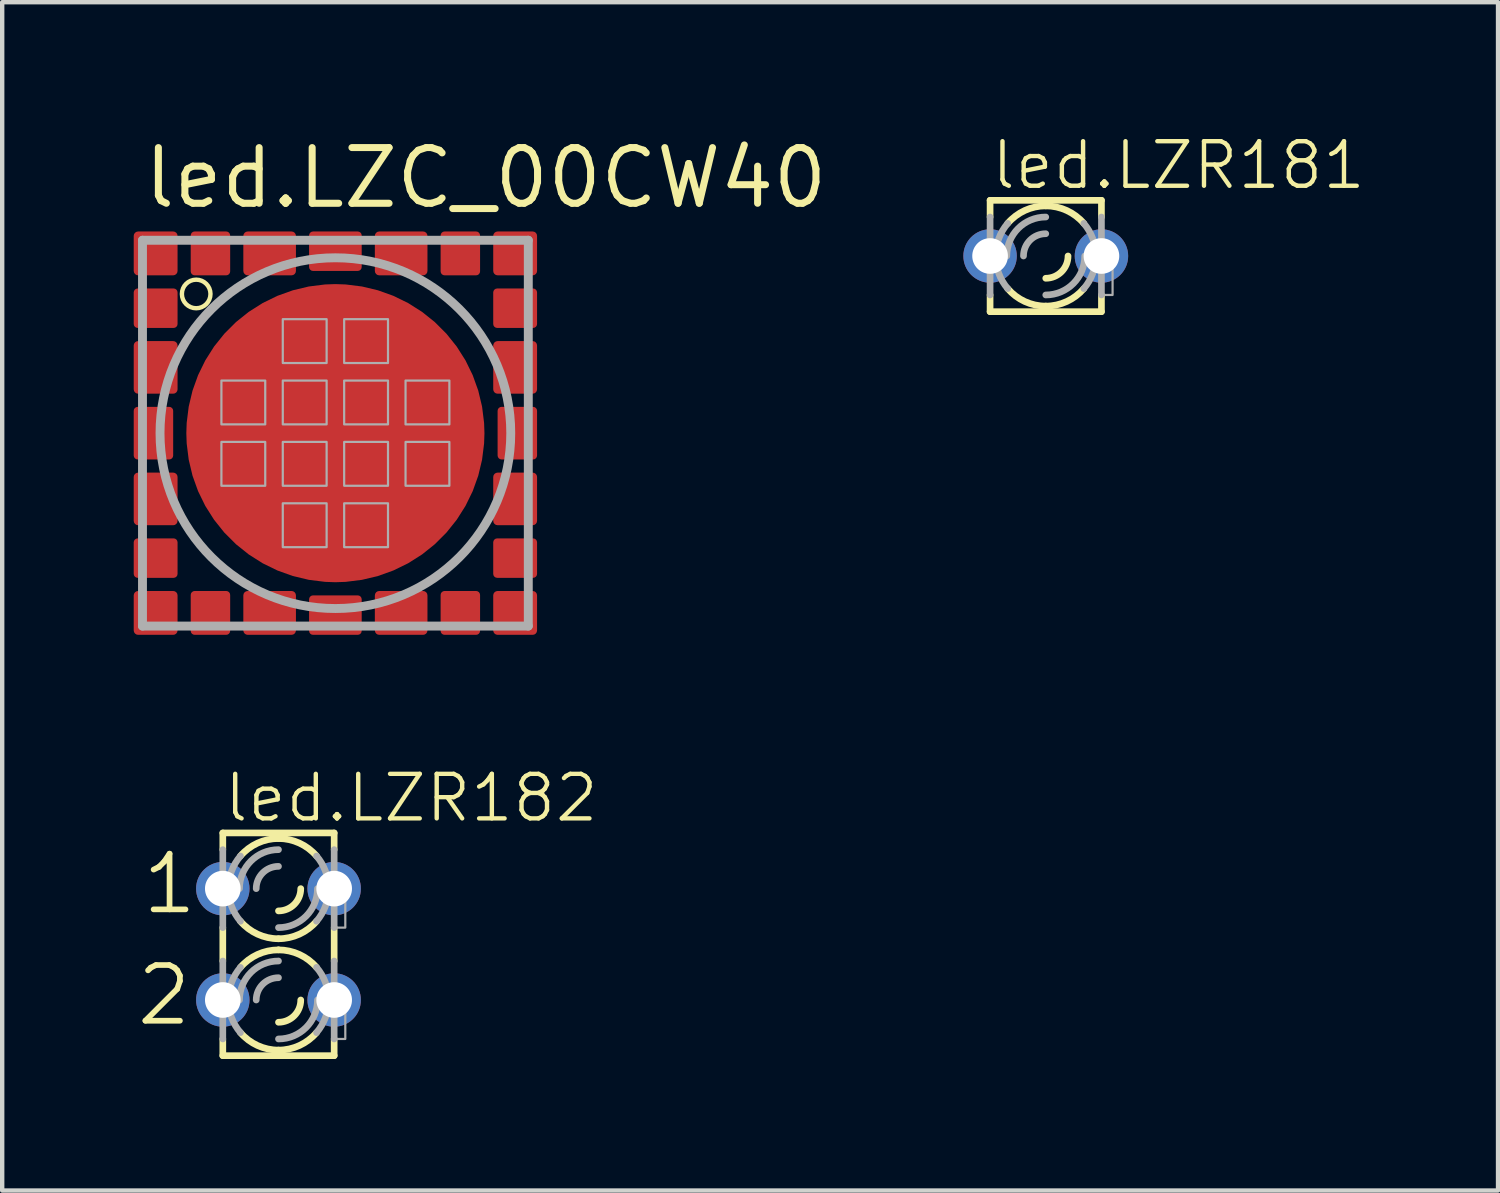
<source format=kicad_pcb>
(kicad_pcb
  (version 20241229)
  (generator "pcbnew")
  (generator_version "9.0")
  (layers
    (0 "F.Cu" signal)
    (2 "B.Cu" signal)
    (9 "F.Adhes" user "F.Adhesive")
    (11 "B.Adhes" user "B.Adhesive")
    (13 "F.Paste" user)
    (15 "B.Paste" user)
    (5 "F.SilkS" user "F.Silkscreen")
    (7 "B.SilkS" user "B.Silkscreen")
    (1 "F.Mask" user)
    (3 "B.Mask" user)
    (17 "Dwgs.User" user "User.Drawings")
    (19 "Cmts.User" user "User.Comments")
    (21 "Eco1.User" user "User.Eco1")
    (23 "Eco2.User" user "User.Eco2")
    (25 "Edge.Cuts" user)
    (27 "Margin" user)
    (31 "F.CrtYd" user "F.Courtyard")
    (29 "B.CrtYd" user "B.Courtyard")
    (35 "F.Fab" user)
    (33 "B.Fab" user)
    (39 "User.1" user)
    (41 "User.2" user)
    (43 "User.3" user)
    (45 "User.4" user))
  (footprint "led.LZR182"
    (layer "F.Cu")
    (at 3.302 18.489)
    (property "Reference" "led.LZR182" (at -1.295 -2.743 0) (layer "F.SilkS") (effects (font (size 1.016 1.016) (thickness 0.1)) (justify left bottom)))
    (attr through_hole)
    (fp_line (start -1.27 -2.54) (end -1.27 -2.159) (stroke (width 0.152) (type default)) (layer "F.SilkS"))
    (fp_line (start -1.27 -2.54) (end 1.27 -2.54) (stroke (width 0.152) (type default)) (layer "F.SilkS"))
    (fp_line (start -1.27 -0.381) (end -1.27 0.381) (stroke (width 0.152) (type default)) (layer "F.SilkS"))
    (fp_line (start -1.27 2.54) (end -1.27 2.159) (stroke (width 0.152) (type default)) (layer "F.SilkS"))
    (fp_line (start -1.27 2.54) (end 1.27 2.54) (stroke (width 0.152) (type default)) (layer "F.SilkS"))
    (fp_line (start 1.27 -2.54) (end 1.27 -2.159) (stroke (width 0.152) (type default)) (layer "F.SilkS"))
    (fp_line (start 1.27 -0.381) (end 1.27 0.381) (stroke (width 0.152) (type default)) (layer "F.SilkS"))
    (fp_line (start 1.27 2.54) (end 1.27 2.159) (stroke (width 0.152) (type default)) (layer "F.SilkS"))
    (fp_arc (start -0.8678 -2.0139) (mid -0.477588 -2.308445) (end 0 -2.413) (stroke (width 0.1524) (type default)) (layer "F.SilkS"))
    (fp_arc (start -0.8678 0.5261) (mid -0.477588 0.231555) (end 0 0.127) (stroke (width 0.1524) (type default)) (layer "F.SilkS"))
    (fp_arc (start 0 -2.413) (mid 0.477588 -2.308445) (end 0.8678 -2.0139) (stroke (width 0.1524) (type default)) (layer "F.SilkS"))
    (fp_arc (start 0 -0.127) (mid -0.477588 -0.231555) (end -0.8678 -0.5261) (stroke (width 0.1524) (type default)) (layer "F.SilkS"))
    (fp_arc (start 0 0.127) (mid 0.477588 0.231555) (end 0.8678 0.5261) (stroke (width 0.1524) (type default)) (layer "F.SilkS"))
    (fp_arc (start 0 2.413) (mid -0.477588 2.308445) (end -0.8678 2.0139) (stroke (width 0.1524) (type default)) (layer "F.SilkS"))
    (fp_arc (start 0.508 -1.27) (mid 0.35921 -0.91079) (end 0 -0.762) (stroke (width 0.1524) (type default)) (layer "F.SilkS"))
    (fp_arc (start 0.508 1.27) (mid 0.35921 1.62921) (end 0 1.778) (stroke (width 0.1524) (type default)) (layer "F.SilkS"))
    (fp_arc (start 0.8678 -0.5261) (mid 0.477588 -0.231555) (end 0 -0.127) (stroke (width 0.1524) (type default)) (layer "F.SilkS"))
    (fp_arc (start 0.8678 2.0139) (mid 0.477588 2.308445) (end 0 2.413) (stroke (width 0.1524) (type default)) (layer "F.SilkS"))
    (fp_line (start -1.27 -0.381) (end -1.27 -2.159) (stroke (width 0.152) (type default)) (layer "F.Fab"))
    (fp_line (start -1.27 2.159) (end -1.27 0.381) (stroke (width 0.152) (type default)) (layer "F.Fab"))
    (fp_line (start 1.27 -2.159) (end 1.27 -0.381) (stroke (width 0.152) (type default)) (layer "F.Fab"))
    (fp_line (start 1.27 0.381) (end 1.27 2.159) (stroke (width 0.152) (type default)) (layer "F.Fab"))
    (fp_rect (start -1.524 -1.016) (end -1.27 -1.524) (stroke (width 0.05) (type default)) (fill no) (layer "F.Fab"))
    (fp_rect (start -1.524 1.524) (end -1.27 1.016) (stroke (width 0.05) (type default)) (fill no) (layer "F.Fab"))
    (fp_rect (start 1.27 -0.381) (end 1.524 -1.524) (stroke (width 0.05) (type default)) (fill no) (layer "F.Fab"))
    (fp_rect (start 1.27 2.159) (end 1.524 1.016) (stroke (width 0.05) (type default)) (fill no) (layer "F.Fab"))
    (fp_arc (start -1.143 -1.27) (mid -1.071949 -1.666597) (end -0.8677 -2.0139) (stroke (width 0.1524) (type default)) (layer "F.Fab"))
    (fp_arc (start -1.143 1.27) (mid -1.071996 0.873413) (end -0.8678 0.5261) (stroke (width 0.1524) (type default)) (layer "F.Fab"))
    (fp_arc (start -0.889 -1.27) (mid -0.628618 -1.898618) (end 0 -2.159) (stroke (width 0.1524) (type default)) (layer "F.Fab"))
    (fp_arc (start -0.889 1.27) (mid -0.628618 0.641382) (end 0 0.381) (stroke (width 0.1524) (type default)) (layer "F.Fab"))
    (fp_arc (start -0.8678 -0.5261) (mid -1.071996 -0.873413) (end -1.143 -1.27) (stroke (width 0.1524) (type default)) (layer "F.Fab"))
    (fp_arc (start -0.8677 2.0139) (mid -1.071949 1.666597) (end -1.143 1.27) (stroke (width 0.1524) (type default)) (layer "F.Fab"))
    (fp_arc (start -0.508 -1.27) (mid -0.35921 -1.62921) (end 0 -1.778) (stroke (width 0.1524) (type default)) (layer "F.Fab"))
    (fp_arc (start -0.508 1.27) (mid -0.35921 0.91079) (end 0 0.762) (stroke (width 0.1524) (type default)) (layer "F.Fab"))
    (fp_arc (start 0.8678 -2.0139) (mid 1.072043 -1.666595) (end 1.1431 -1.27) (stroke (width 0.1524) (type default)) (layer "F.Fab"))
    (fp_arc (start 0.8678 0.5261) (mid 1.071949 0.873421) (end 1.1429 1.27) (stroke (width 0.1524) (type default)) (layer "F.Fab"))
    (fp_arc (start 0.889 -1.27) (mid 0.628618 -0.641382) (end 0 -0.381) (stroke (width 0.1524) (type default)) (layer "F.Fab"))
    (fp_arc (start 0.889 1.27) (mid 0.628618 1.898618) (end 0 2.159) (stroke (width 0.1524) (type default)) (layer "F.Fab"))
    (fp_arc (start 1.1429 -1.27) (mid 1.071949 -0.873421) (end 0.8678 -0.5261) (stroke (width 0.1524) (type default)) (layer "F.Fab"))
    (fp_arc (start 1.1431 1.27) (mid 1.072043 1.666595) (end 0.8678 2.0139) (stroke (width 0.1524) (type default)) (layer "F.Fab"))
    (fp_text user "1" (at -3.175 -0.635 0) (layer "F.SilkS") (effects (font (size 1.27 1.27) (thickness 0.13)) (justify left bottom)))
    (fp_text user "2" (at -3.302 1.905 0) (layer "F.SilkS") (effects (font (size 1.27 1.27) (thickness 0.13)) (justify left bottom)))
    (pad "A1" thru_hole circle (at -1.27 -1.27) (size 1.219 1.219) (drill 0.813) (layers "*.Cu" "*.Mask"))
    (pad "A2" thru_hole circle (at -1.27 1.27) (size 1.219 1.219) (drill 0.813) (layers "*.Cu" "*.Mask"))
    (pad "K1" thru_hole circle (at 1.27 -1.27) (size 1.219 1.219) (drill 0.813) (layers "*.Cu" "*.Mask"))
    (pad "K2" thru_hole circle (at 1.27 1.27) (size 1.219 1.219) (drill 0.813) (layers "*.Cu" "*.Mask")))
  (footprint "led.LZR181"
    (layer "F.Cu")
    (at 20.803 2.789)
    (property "Reference" "led.LZR181" (at -1.295 -1.473 0) (layer "F.SilkS") (effects (font (size 1.016 1.016) (thickness 0.1)) (justify left bottom)))
    (attr through_hole)
    (fp_line (start -1.27 -1.27) (end -1.27 -0.889) (stroke (width 0.152) (type default)) (layer "F.SilkS"))
    (fp_line (start -1.27 -1.27) (end 1.27 -1.27) (stroke (width 0.152) (type default)) (layer "F.SilkS"))
    (fp_line (start -1.27 1.27) (end -1.27 0.889) (stroke (width 0.152) (type default)) (layer "F.SilkS"))
    (fp_line (start -1.27 1.27) (end 1.27 1.27) (stroke (width 0.152) (type default)) (layer "F.SilkS"))
    (fp_line (start 1.27 -1.27) (end 1.27 -0.889) (stroke (width 0.152) (type default)) (layer "F.SilkS"))
    (fp_line (start 1.27 1.27) (end 1.27 0.889) (stroke (width 0.152) (type default)) (layer "F.SilkS"))
    (fp_arc (start -0.8678 -0.7439) (mid -0.477588 -1.038445) (end 0 -1.143) (stroke (width 0.1524) (type default)) (layer "F.SilkS"))
    (fp_arc (start 0 -1.143) (mid 0.477588 -1.038445) (end 0.8678 -0.7439) (stroke (width 0.1524) (type default)) (layer "F.SilkS"))
    (fp_arc (start 0 1.143) (mid -0.477588 1.038445) (end -0.8678 0.7439) (stroke (width 0.1524) (type default)) (layer "F.SilkS"))
    (fp_arc (start 0.508 0) (mid 0.35921 0.35921) (end 0 0.508) (stroke (width 0.1524) (type default)) (layer "F.SilkS"))
    (fp_arc (start 0.8678 0.7439) (mid 0.477588 1.038445) (end 0 1.143) (stroke (width 0.1524) (type default)) (layer "F.SilkS"))
    (fp_line (start -1.27 0.889) (end -1.27 -0.889) (stroke (width 0.152) (type default)) (layer "F.Fab"))
    (fp_line (start 1.27 -0.889) (end 1.27 0.889) (stroke (width 0.152) (type default)) (layer "F.Fab"))
    (fp_rect (start -1.524 0.254) (end -1.27 -0.254) (stroke (width 0.05) (type default)) (fill no) (layer "F.Fab"))
    (fp_rect (start 1.27 0.889) (end 1.524 -0.254) (stroke (width 0.05) (type default)) (fill no) (layer "F.Fab"))
    (fp_arc (start -1.143 0) (mid -1.071996 -0.396587) (end -0.8678 -0.7439) (stroke (width 0.1524) (type default)) (layer "F.Fab"))
    (fp_arc (start -0.889 0) (mid -0.628618 -0.628618) (end 0 -0.889) (stroke (width 0.1524) (type default)) (layer "F.Fab"))
    (fp_arc (start -0.8678 0.7439) (mid -1.071996 0.396587) (end -1.143 0) (stroke (width 0.1524) (type default)) (layer "F.Fab"))
    (fp_arc (start -0.508 0) (mid -0.35921 -0.35921) (end 0 -0.508) (stroke (width 0.1524) (type default)) (layer "F.Fab"))
    (fp_arc (start 0.8678 -0.7439) (mid 1.071996 -0.396587) (end 1.143 0) (stroke (width 0.1524) (type default)) (layer "F.Fab"))
    (fp_arc (start 0.889 0) (mid 0.628618 0.628618) (end 0 0.889) (stroke (width 0.1524) (type default)) (layer "F.Fab"))
    (fp_arc (start 1.143 0) (mid 1.071996 0.396587) (end 0.8678 0.7439) (stroke (width 0.1524) (type default)) (layer "F.Fab"))
    (pad "A" thru_hole circle (at -1.27 0) (size 1.219 1.219) (drill 0.813) (layers "*.Cu" "*.Mask"))
    (pad "K" thru_hole circle (at 1.27 0) (size 1.219 1.219) (drill 0.813) (layers "*.Cu" "*.Mask")))
  (footprint "led.LZC_00CW40"
    (layer "F.Cu")
    (at 4.6 6.83)
    (property "Reference" "led.LZC_00CW40" (at -4.445 -5.08 0) (layer "F.SilkS") (effects (font (size 1.27 1.27) (thickness 0.16)) (justify left bottom)))
    (attr smd)
    (fp_circle (center -3.175 -3.175) (end -2.849 -3.175) (stroke (width 0.1) (type default)) (fill no) (layer "F.SilkS"))
    (fp_line (start -4.4 -4.4) (end -4.4 4.4) (stroke (width 0.203) (type default)) (layer "F.Fab"))
    (fp_line (start -4.4 4.4) (end 4.4 4.4) (stroke (width 0.203) (type default)) (layer "F.Fab"))
    (fp_line (start 4.4 -4.4) (end -4.4 -4.4) (stroke (width 0.203) (type default)) (layer "F.Fab"))
    (fp_line (start 4.4 4.4) (end 4.4 -4.4) (stroke (width 0.203) (type default)) (layer "F.Fab"))
    (fp_rect (start -2.6 -0.2) (end -1.6 -1.2) (stroke (width 0.05) (type default)) (fill no) (layer "F.Fab"))
    (fp_rect (start -2.6 1.2) (end -1.6 0.2) (stroke (width 0.05) (type default)) (fill no) (layer "F.Fab"))
    (fp_rect (start -1.2 -1.6) (end -0.2 -2.6) (stroke (width 0.05) (type default)) (fill no) (layer "F.Fab"))
    (fp_rect (start -1.2 -0.2) (end -0.2 -1.2) (stroke (width 0.05) (type default)) (fill no) (layer "F.Fab"))
    (fp_rect (start -1.2 1.2) (end -0.2 0.2) (stroke (width 0.05) (type default)) (fill no) (layer "F.Fab"))
    (fp_rect (start -1.2 2.6) (end -0.2 1.6) (stroke (width 0.05) (type default)) (fill no) (layer "F.Fab"))
    (fp_rect (start 0.2 -1.6) (end 1.2 -2.6) (stroke (width 0.05) (type default)) (fill no) (layer "F.Fab"))
    (fp_rect (start 0.2 -0.2) (end 1.2 -1.2) (stroke (width 0.05) (type default)) (fill no) (layer "F.Fab"))
    (fp_rect (start 0.2 1.2) (end 1.2 0.2) (stroke (width 0.05) (type default)) (fill no) (layer "F.Fab"))
    (fp_rect (start 0.2 2.6) (end 1.2 1.6) (stroke (width 0.05) (type default)) (fill no) (layer "F.Fab"))
    (fp_rect (start 1.6 -0.2) (end 2.6 -1.2) (stroke (width 0.05) (type default)) (fill no) (layer "F.Fab"))
    (fp_rect (start 1.6 1.2) (end 2.6 0.2) (stroke (width 0.05) (type default)) (fill no) (layer "F.Fab"))
    (fp_circle (center 0 0) (end 4 0) (stroke (width 0.203) (type default)) (fill no) (layer "F.Fab"))
    (pad "1" smd roundrect (at -4.1 -4.1) (size 1 1) (layers "F.Cu" "F.Mask" "F.Paste") (roundrect_rratio 0.1))
    (pad "2" smd roundrect (at -4.1 -2.85) (size 1 0.9) (layers "F.Cu" "F.Mask" "F.Paste") (roundrect_rratio 0.1))
    (pad "3" smd roundrect (at -4.1 -1.5) (size 1 1.2) (layers "F.Cu" "F.Mask" "F.Paste") (roundrect_rratio 0.1))
    (pad "4" smd roundrect (at -4.15 0) (size 0.9 1.2) (layers "F.Cu" "F.Mask" "F.Paste") (roundrect_rratio 0.1))
    (pad "5" smd roundrect (at -4.1 1.5) (size 1 1.2) (layers "F.Cu" "F.Mask" "F.Paste") (roundrect_rratio 0.1))
    (pad "6" smd roundrect (at -4.1 2.85) (size 1 0.9) (layers "F.Cu" "F.Mask" "F.Paste") (roundrect_rratio 0.1))
    (pad "7" smd roundrect (at -4.1 4.1) (size 1 1) (layers "F.Cu" "F.Mask" "F.Paste") (roundrect_rratio 0.1))
    (pad "8" smd roundrect (at -2.85 4.1 90) (size 1 0.9) (layers "F.Cu" "F.Mask" "F.Paste") (roundrect_rratio 0.1))
    (pad "9" smd roundrect (at -1.5 4.1 90) (size 1 1.2) (layers "F.Cu" "F.Mask" "F.Paste") (roundrect_rratio 0.1))
    (pad "10" smd roundrect (at 0 4.15 90) (size 0.9 1.2) (layers "F.Cu" "F.Mask" "F.Paste") (roundrect_rratio 0.1))
    (pad "11" smd roundrect (at 1.5 4.1 90) (size 1 1.2) (layers "F.Cu" "F.Mask" "F.Paste") (roundrect_rratio 0.1))
    (pad "12" smd roundrect (at 2.85 4.1 90) (size 1 0.9) (layers "F.Cu" "F.Mask" "F.Paste") (roundrect_rratio 0.1))
    (pad "13" smd roundrect (at 4.1 4.1 90) (size 1 1) (layers "F.Cu" "F.Mask" "F.Paste") (roundrect_rratio 0.1))
    (pad "14" smd roundrect (at 4.1 2.85 180) (size 1 0.9) (layers "F.Cu" "F.Mask" "F.Paste") (roundrect_rratio 0.1))
    (pad "15" smd roundrect (at 4.1 1.5 180) (size 1 1.2) (layers "F.Cu" "F.Mask" "F.Paste") (roundrect_rratio 0.1))
    (pad "16" smd roundrect (at 4.15 0 180) (size 0.9 1.2) (layers "F.Cu" "F.Mask" "F.Paste") (roundrect_rratio 0.1))
    (pad "17" smd roundrect (at 4.1 -1.5 180) (size 1 1.2) (layers "F.Cu" "F.Mask" "F.Paste") (roundrect_rratio 0.1))
    (pad "18" smd roundrect (at 4.1 -2.85 180) (size 1 0.9) (layers "F.Cu" "F.Mask" "F.Paste") (roundrect_rratio 0.1))
    (pad "19" smd roundrect (at 4.1 -4.1 180) (size 1 1) (layers "F.Cu" "F.Mask" "F.Paste") (roundrect_rratio 0.1))
    (pad "20" smd roundrect (at 2.85 -4.1 270) (size 1 0.9) (layers "F.Cu" "F.Mask" "F.Paste") (roundrect_rratio 0.1))
    (pad "21" smd roundrect (at 1.5 -4.1 270) (size 1 1.2) (layers "F.Cu" "F.Mask" "F.Paste") (roundrect_rratio 0.1))
    (pad "22" smd roundrect (at 0 -4.15 270) (size 0.9 1.2) (layers "F.Cu" "F.Mask" "F.Paste") (roundrect_rratio 0.1))
    (pad "23" smd roundrect (at -1.5 -4.1 270) (size 1 1.2) (layers "F.Cu" "F.Mask" "F.Paste") (roundrect_rratio 0.1))
    (pad "24" smd roundrect (at -2.85 -4.1 270) (size 1 0.9) (layers "F.Cu" "F.Mask" "F.Paste") (roundrect_rratio 0.1))
    (pad "TH" smd roundrect (at 0 0) (size 6.8 6.8) (layers "F.Cu" "F.Mask" "F.Paste") (roundrect_rratio 0.5)))
  (gr_rect
    (start -3 -3)
    (end 31.119 24.105)
    (stroke (width 0.1) (type default))
    (fill no)
    (layer "Edge.Cuts")))
</source>
